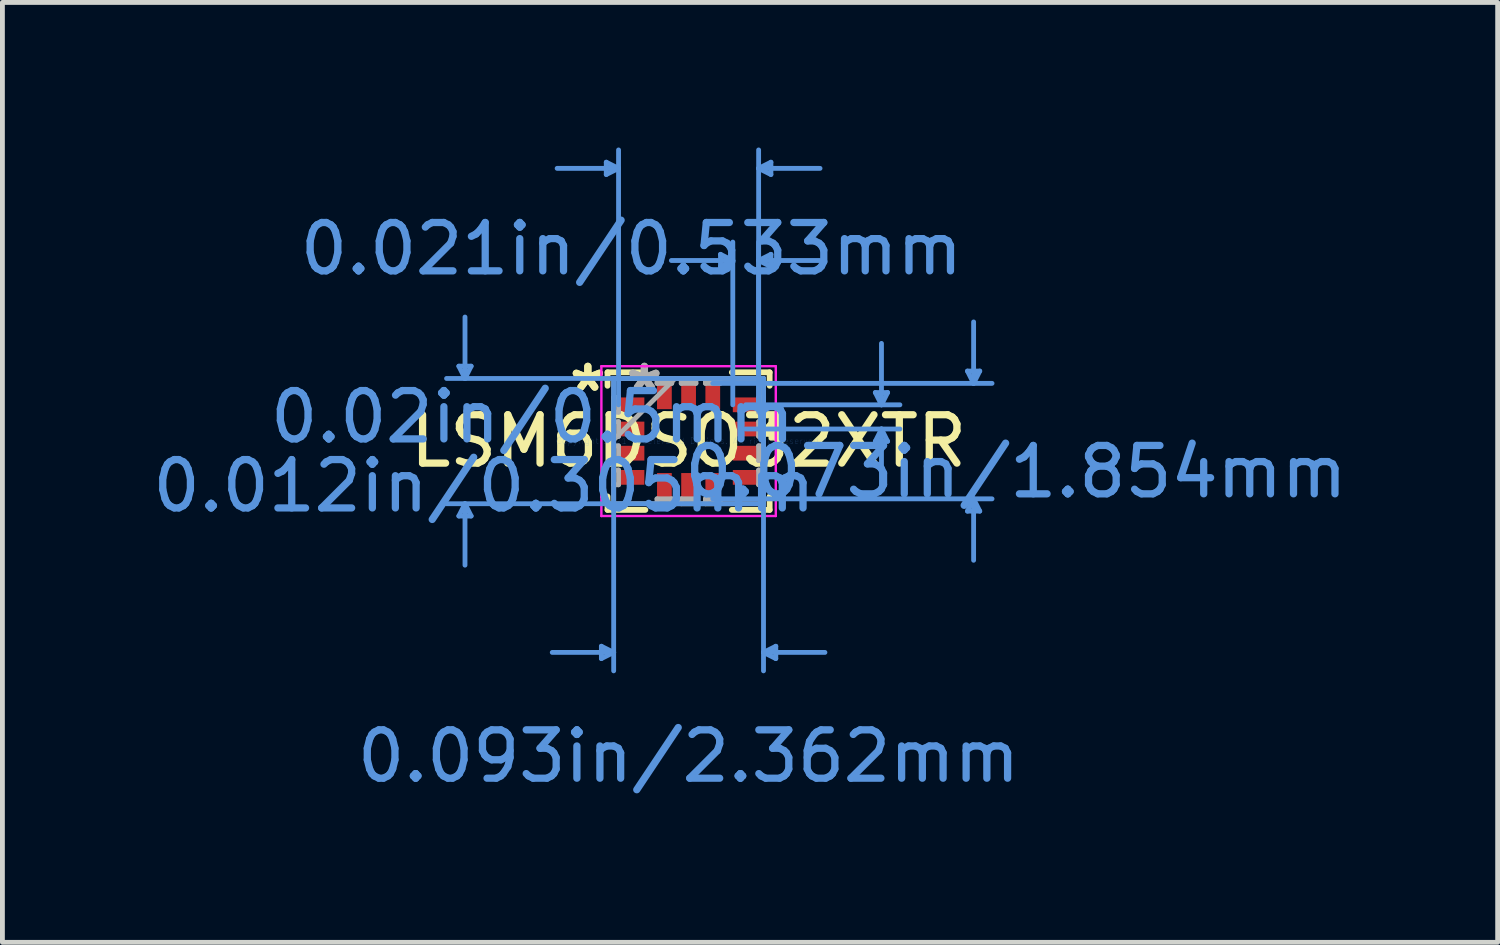
<source format=kicad_pcb>
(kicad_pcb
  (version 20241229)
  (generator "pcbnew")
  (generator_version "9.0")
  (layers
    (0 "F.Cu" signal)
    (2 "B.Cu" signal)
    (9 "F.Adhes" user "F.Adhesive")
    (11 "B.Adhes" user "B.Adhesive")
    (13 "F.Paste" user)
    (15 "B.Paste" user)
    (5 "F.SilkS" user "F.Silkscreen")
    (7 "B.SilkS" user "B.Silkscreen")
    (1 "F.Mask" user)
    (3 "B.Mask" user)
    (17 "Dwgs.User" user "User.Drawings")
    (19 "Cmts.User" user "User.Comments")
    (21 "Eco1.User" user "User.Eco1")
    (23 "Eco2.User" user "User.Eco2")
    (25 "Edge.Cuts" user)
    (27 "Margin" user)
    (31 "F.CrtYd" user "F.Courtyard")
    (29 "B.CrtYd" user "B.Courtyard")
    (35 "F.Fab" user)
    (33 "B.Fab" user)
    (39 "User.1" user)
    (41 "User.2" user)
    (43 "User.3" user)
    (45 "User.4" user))
  (footprint "LSM6DSO32XTR"
    (layer "F.Cu")
    (at 11.187 6.07)
    (property "Reference" "LSM6DSO32XTR" (at 0 0 0) (layer "F.SilkS") (effects (font (size 1 1) (thickness 0.15))))
    (attr through_hole)
    (fp_line (start -1.676 -1.422) (end -1.676 -1.144) (stroke (width 0.12) (type solid)) (layer "F.SilkS"))
    (fp_line (start -1.676 1.144) (end -1.676 1.422) (stroke (width 0.12) (type solid)) (layer "F.SilkS"))
    (fp_line (start -1.676 1.422) (end -0.894 1.422) (stroke (width 0.12) (type solid)) (layer "F.SilkS"))
    (fp_line (start -0.894 -1.422) (end -1.676 -1.422) (stroke (width 0.12) (type solid)) (layer "F.SilkS"))
    (fp_line (start 0.894 1.422) (end 1.676 1.422) (stroke (width 0.12) (type solid)) (layer "F.SilkS"))
    (fp_line (start 1.676 -1.422) (end 0.894 -1.422) (stroke (width 0.12) (type solid)) (layer "F.SilkS"))
    (fp_line (start 1.676 -1.144) (end 1.676 -1.422) (stroke (width 0.12) (type solid)) (layer "F.SilkS"))
    (fp_line (start 1.676 1.422) (end 1.676 1.144) (stroke (width 0.12) (type solid)) (layer "F.SilkS"))
    (fp_poly (pts (xy 1.956 -0.441) (xy 1.956 -0.06) (xy 1.702 -0.06) (xy 1.702 -0.441)) (stroke (width 0.1) (type solid)) (fill yes) (layer "F.SilkS"))
    (fp_line (start -4.75 -1.549) (end -4.496 -1.549) (stroke (width 0.1) (type solid)) (layer "Cmts.User"))
    (fp_line (start -4.75 1.549) (end -4.496 1.549) (stroke (width 0.1) (type solid)) (layer "Cmts.User"))
    (fp_line (start -4.623 -1.295) (end -4.75 -1.549) (stroke (width 0.1) (type solid)) (layer "Cmts.User"))
    (fp_line (start -4.623 -1.295) (end -4.623 -2.565) (stroke (width 0.1) (type solid)) (layer "Cmts.User"))
    (fp_line (start -4.623 -1.295) (end -4.496 -1.549) (stroke (width 0.1) (type solid)) (layer "Cmts.User"))
    (fp_line (start -4.623 1.295) (end -4.75 1.549) (stroke (width 0.1) (type solid)) (layer "Cmts.User"))
    (fp_line (start -4.623 1.295) (end -4.623 2.565) (stroke (width 0.1) (type solid)) (layer "Cmts.User"))
    (fp_line (start -4.623 1.295) (end -4.496 1.549) (stroke (width 0.1) (type solid)) (layer "Cmts.User"))
    (fp_line (start -1.803 4.242) (end -1.803 4.496) (stroke (width 0.1) (type solid)) (layer "Cmts.User"))
    (fp_line (start -1.702 -5.766) (end -1.702 -5.512) (stroke (width 0.1) (type solid)) (layer "Cmts.User"))
    (fp_line (start -1.549 -1.295) (end -1.549 4.75) (stroke (width 0.1) (type solid)) (layer "Cmts.User"))
    (fp_line (start -1.549 4.369) (end -2.819 4.369) (stroke (width 0.1) (type solid)) (layer "Cmts.User"))
    (fp_line (start -1.549 4.369) (end -1.803 4.242) (stroke (width 0.1) (type solid)) (layer "Cmts.User"))
    (fp_line (start -1.549 4.369) (end -1.803 4.496) (stroke (width 0.1) (type solid)) (layer "Cmts.User"))
    (fp_line (start -1.448 -5.639) (end -2.718 -5.639) (stroke (width 0.1) (type solid)) (layer "Cmts.User"))
    (fp_line (start -1.448 -5.639) (end -1.702 -5.766) (stroke (width 0.1) (type solid)) (layer "Cmts.User"))
    (fp_line (start -1.448 -5.639) (end -1.702 -5.512) (stroke (width 0.1) (type solid)) (layer "Cmts.User"))
    (fp_line (start -1.448 -0.75) (end -1.448 -6.02) (stroke (width 0.1) (type solid)) (layer "Cmts.User"))
    (fp_line (start 0.5 -1.194) (end 6.274 -1.194) (stroke (width 0.1) (type solid)) (layer "Cmts.User"))
    (fp_line (start 0.5 1.194) (end 6.274 1.194) (stroke (width 0.1) (type solid)) (layer "Cmts.User"))
    (fp_line (start 0.66 -3.861) (end 0.66 -3.607) (stroke (width 0.1) (type solid)) (layer "Cmts.User"))
    (fp_line (start 0.914 -3.734) (end -0.356 -3.734) (stroke (width 0.1) (type solid)) (layer "Cmts.User"))
    (fp_line (start 0.914 -3.734) (end 0.66 -3.861) (stroke (width 0.1) (type solid)) (layer "Cmts.User"))
    (fp_line (start 0.914 -3.734) (end 0.66 -3.607) (stroke (width 0.1) (type solid)) (layer "Cmts.User"))
    (fp_line (start 0.914 -0.75) (end 0.914 -4.115) (stroke (width 0.1) (type solid)) (layer "Cmts.User"))
    (fp_line (start 1.181 -0.75) (end 4.369 -0.75) (stroke (width 0.1) (type solid)) (layer "Cmts.User"))
    (fp_line (start 1.181 -0.25) (end 4.369 -0.25) (stroke (width 0.1) (type solid)) (layer "Cmts.User"))
    (fp_line (start 1.448 -5.639) (end 1.702 -5.766) (stroke (width 0.1) (type solid)) (layer "Cmts.User"))
    (fp_line (start 1.448 -5.639) (end 1.702 -5.512) (stroke (width 0.1) (type solid)) (layer "Cmts.User"))
    (fp_line (start 1.448 -5.639) (end 2.718 -5.639) (stroke (width 0.1) (type solid)) (layer "Cmts.User"))
    (fp_line (start 1.448 -3.734) (end 1.702 -3.861) (stroke (width 0.1) (type solid)) (layer "Cmts.User"))
    (fp_line (start 1.448 -3.734) (end 1.702 -3.607) (stroke (width 0.1) (type solid)) (layer "Cmts.User"))
    (fp_line (start 1.448 -3.734) (end 2.718 -3.734) (stroke (width 0.1) (type solid)) (layer "Cmts.User"))
    (fp_line (start 1.448 -0.75) (end 1.448 -6.02) (stroke (width 0.1) (type solid)) (layer "Cmts.User"))
    (fp_line (start 1.448 -0.75) (end 1.448 -4.115) (stroke (width 0.1) (type solid)) (layer "Cmts.User"))
    (fp_line (start 1.549 -1.295) (end -5.004 -1.295) (stroke (width 0.1) (type solid)) (layer "Cmts.User"))
    (fp_line (start 1.549 -1.295) (end 1.549 4.75) (stroke (width 0.1) (type solid)) (layer "Cmts.User"))
    (fp_line (start 1.549 1.295) (end -5.004 1.295) (stroke (width 0.1) (type solid)) (layer "Cmts.User"))
    (fp_line (start 1.549 4.369) (end 1.803 4.242) (stroke (width 0.1) (type solid)) (layer "Cmts.User"))
    (fp_line (start 1.549 4.369) (end 1.803 4.496) (stroke (width 0.1) (type solid)) (layer "Cmts.User"))
    (fp_line (start 1.549 4.369) (end 2.819 4.369) (stroke (width 0.1) (type solid)) (layer "Cmts.User"))
    (fp_line (start 1.702 -5.766) (end 1.702 -5.512) (stroke (width 0.1) (type solid)) (layer "Cmts.User"))
    (fp_line (start 1.702 -3.861) (end 1.702 -3.607) (stroke (width 0.1) (type solid)) (layer "Cmts.User"))
    (fp_line (start 1.803 4.242) (end 1.803 4.496) (stroke (width 0.1) (type solid)) (layer "Cmts.User"))
    (fp_line (start 3.861 -1.004) (end 4.115 -1.004) (stroke (width 0.1) (type solid)) (layer "Cmts.User"))
    (fp_line (start 3.861 0.004) (end 4.115 0.004) (stroke (width 0.1) (type solid)) (layer "Cmts.User"))
    (fp_line (start 3.988 -0.75) (end 3.861 -1.004) (stroke (width 0.1) (type solid)) (layer "Cmts.User"))
    (fp_line (start 3.988 -0.75) (end 3.988 -2.02) (stroke (width 0.1) (type solid)) (layer "Cmts.User"))
    (fp_line (start 3.988 -0.75) (end 4.115 -1.004) (stroke (width 0.1) (type solid)) (layer "Cmts.User"))
    (fp_line (start 3.988 -0.25) (end 3.861 0.004) (stroke (width 0.1) (type solid)) (layer "Cmts.User"))
    (fp_line (start 3.988 -0.25) (end 3.988 1.02) (stroke (width 0.1) (type solid)) (layer "Cmts.User"))
    (fp_line (start 3.988 -0.25) (end 4.115 0.004) (stroke (width 0.1) (type solid)) (layer "Cmts.User"))
    (fp_line (start 5.766 -1.448) (end 6.02 -1.448) (stroke (width 0.1) (type solid)) (layer "Cmts.User"))
    (fp_line (start 5.766 1.448) (end 6.02 1.448) (stroke (width 0.1) (type solid)) (layer "Cmts.User"))
    (fp_line (start 5.893 -1.194) (end 5.766 -1.448) (stroke (width 0.1) (type solid)) (layer "Cmts.User"))
    (fp_line (start 5.893 -1.194) (end 5.893 -2.464) (stroke (width 0.1) (type solid)) (layer "Cmts.User"))
    (fp_line (start 5.893 -1.194) (end 6.02 -1.448) (stroke (width 0.1) (type solid)) (layer "Cmts.User"))
    (fp_line (start 5.893 1.194) (end 5.766 1.448) (stroke (width 0.1) (type solid)) (layer "Cmts.User"))
    (fp_line (start 5.893 1.194) (end 5.893 2.464) (stroke (width 0.1) (type solid)) (layer "Cmts.User"))
    (fp_line (start 5.893 1.194) (end 6.02 1.448) (stroke (width 0.1) (type solid)) (layer "Cmts.User"))
    (fp_line (start -1.803 -1.549) (end 1.803 -1.549) (stroke (width 0.05) (type solid)) (layer "F.CrtYd"))
    (fp_line (start -1.803 1.157) (end -1.803 1.157) (stroke (width 0.05) (type solid)) (layer "F.CrtYd"))
    (fp_line (start -1.803 1.157) (end -1.803 1.157) (stroke (width 0.05) (type solid)) (layer "F.CrtYd"))
    (fp_line (start -1.803 1.549) (end -1.803 -1.549) (stroke (width 0.05) (type solid)) (layer "F.CrtYd"))
    (fp_line (start -0.907 -1.549) (end -0.907 -1.549) (stroke (width 0.05) (type solid)) (layer "F.CrtYd"))
    (fp_line (start -0.907 -1.549) (end -0.907 -1.549) (stroke (width 0.05) (type solid)) (layer "F.CrtYd"))
    (fp_line (start 1.803 -1.549) (end 1.803 1.549) (stroke (width 0.05) (type solid)) (layer "F.CrtYd"))
    (fp_line (start 1.803 1.549) (end -1.803 1.549) (stroke (width 0.05) (type solid)) (layer "F.CrtYd"))
    (fp_line (start -1.549 -1.295) (end -1.549 -1.295) (stroke (width 0.1) (type solid)) (layer "F.Fab"))
    (fp_line (start -1.549 -1.295) (end -1.549 1.295) (stroke (width 0.1) (type solid)) (layer "F.Fab"))
    (fp_line (start -1.549 -0.903) (end -1.448 -0.903) (stroke (width 0.1) (type solid)) (layer "F.Fab"))
    (fp_line (start -1.549 -0.598) (end -1.549 -0.903) (stroke (width 0.1) (type solid)) (layer "F.Fab"))
    (fp_line (start -1.549 -0.402) (end -1.448 -0.402) (stroke (width 0.1) (type solid)) (layer "F.Fab"))
    (fp_line (start -1.549 -0.098) (end -1.549 -0.402) (stroke (width 0.1) (type solid)) (layer "F.Fab"))
    (fp_line (start -1.549 -0.025) (end -0.279 -1.295) (stroke (width 0.1) (type solid)) (layer "F.Fab"))
    (fp_line (start -1.549 0.098) (end -1.448 0.098) (stroke (width 0.1) (type solid)) (layer "F.Fab"))
    (fp_line (start -1.549 0.402) (end -1.549 0.098) (stroke (width 0.1) (type solid)) (layer "F.Fab"))
    (fp_line (start -1.549 0.598) (end -1.448 0.598) (stroke (width 0.1) (type solid)) (layer "F.Fab"))
    (fp_line (start -1.549 0.903) (end -1.549 0.598) (stroke (width 0.1) (type solid)) (layer "F.Fab"))
    (fp_line (start -1.549 1.295) (end -1.549 1.295) (stroke (width 0.1) (type solid)) (layer "F.Fab"))
    (fp_line (start -1.549 1.295) (end 1.549 1.295) (stroke (width 0.1) (type solid)) (layer "F.Fab"))
    (fp_line (start -1.448 -0.903) (end -1.448 -0.598) (stroke (width 0.1) (type solid)) (layer "F.Fab"))
    (fp_line (start -1.448 -0.598) (end -1.549 -0.598) (stroke (width 0.1) (type solid)) (layer "F.Fab"))
    (fp_line (start -1.448 -0.402) (end -1.448 -0.098) (stroke (width 0.1) (type solid)) (layer "F.Fab"))
    (fp_line (start -1.448 -0.098) (end -1.549 -0.098) (stroke (width 0.1) (type solid)) (layer "F.Fab"))
    (fp_line (start -1.448 0.098) (end -1.448 0.402) (stroke (width 0.1) (type solid)) (layer "F.Fab"))
    (fp_line (start -1.448 0.402) (end -1.549 0.402) (stroke (width 0.1) (type solid)) (layer "F.Fab"))
    (fp_line (start -1.448 0.598) (end -1.448 0.903) (stroke (width 0.1) (type solid)) (layer "F.Fab"))
    (fp_line (start -1.448 0.903) (end -1.549 0.903) (stroke (width 0.1) (type solid)) (layer "F.Fab"))
    (fp_line (start -0.653 -1.295) (end -0.348 -1.295) (stroke (width 0.1) (type solid)) (layer "F.Fab"))
    (fp_line (start -0.653 -1.194) (end -0.653 -1.295) (stroke (width 0.1) (type solid)) (layer "F.Fab"))
    (fp_line (start -0.653 1.194) (end -0.348 1.194) (stroke (width 0.1) (type solid)) (layer "F.Fab"))
    (fp_line (start -0.653 1.295) (end -0.653 1.194) (stroke (width 0.1) (type solid)) (layer "F.Fab"))
    (fp_line (start -0.348 -1.295) (end -0.348 -1.194) (stroke (width 0.1) (type solid)) (layer "F.Fab"))
    (fp_line (start -0.348 -1.194) (end -0.653 -1.194) (stroke (width 0.1) (type solid)) (layer "F.Fab"))
    (fp_line (start -0.348 1.194) (end -0.348 1.295) (stroke (width 0.1) (type solid)) (layer "F.Fab"))
    (fp_line (start -0.348 1.295) (end -0.653 1.295) (stroke (width 0.1) (type solid)) (layer "F.Fab"))
    (fp_line (start -0.152 -1.295) (end 0.152 -1.295) (stroke (width 0.1) (type solid)) (layer "F.Fab"))
    (fp_line (start -0.152 -1.194) (end -0.152 -1.295) (stroke (width 0.1) (type solid)) (layer "F.Fab"))
    (fp_line (start -0.152 1.194) (end 0.152 1.194) (stroke (width 0.1) (type solid)) (layer "F.Fab"))
    (fp_line (start -0.152 1.295) (end -0.152 1.194) (stroke (width 0.1) (type solid)) (layer "F.Fab"))
    (fp_line (start 0.152 -1.295) (end 0.152 -1.194) (stroke (width 0.1) (type solid)) (layer "F.Fab"))
    (fp_line (start 0.152 -1.194) (end -0.152 -1.194) (stroke (width 0.1) (type solid)) (layer "F.Fab"))
    (fp_line (start 0.152 1.194) (end 0.152 1.295) (stroke (width 0.1) (type solid)) (layer "F.Fab"))
    (fp_line (start 0.152 1.295) (end -0.152 1.295) (stroke (width 0.1) (type solid)) (layer "F.Fab"))
    (fp_line (start 0.348 -1.295) (end 0.653 -1.295) (stroke (width 0.1) (type solid)) (layer "F.Fab"))
    (fp_line (start 0.348 -1.194) (end 0.348 -1.295) (stroke (width 0.1) (type solid)) (layer "F.Fab"))
    (fp_line (start 0.348 1.194) (end 0.653 1.194) (stroke (width 0.1) (type solid)) (layer "F.Fab"))
    (fp_line (start 0.348 1.295) (end 0.348 1.194) (stroke (width 0.1) (type solid)) (layer "F.Fab"))
    (fp_line (start 0.653 -1.295) (end 0.653 -1.194) (stroke (width 0.1) (type solid)) (layer "F.Fab"))
    (fp_line (start 0.653 -1.194) (end 0.348 -1.194) (stroke (width 0.1) (type solid)) (layer "F.Fab"))
    (fp_line (start 0.653 1.194) (end 0.653 1.295) (stroke (width 0.1) (type solid)) (layer "F.Fab"))
    (fp_line (start 0.653 1.295) (end 0.348 1.295) (stroke (width 0.1) (type solid)) (layer "F.Fab"))
    (fp_line (start 1.448 -0.903) (end 1.549 -0.903) (stroke (width 0.1) (type solid)) (layer "F.Fab"))
    (fp_line (start 1.448 -0.598) (end 1.448 -0.903) (stroke (width 0.1) (type solid)) (layer "F.Fab"))
    (fp_line (start 1.448 -0.402) (end 1.549 -0.402) (stroke (width 0.1) (type solid)) (layer "F.Fab"))
    (fp_line (start 1.448 -0.098) (end 1.448 -0.402) (stroke (width 0.1) (type solid)) (layer "F.Fab"))
    (fp_line (start 1.448 0.098) (end 1.549 0.098) (stroke (width 0.1) (type solid)) (layer "F.Fab"))
    (fp_line (start 1.448 0.402) (end 1.448 0.098) (stroke (width 0.1) (type solid)) (layer "F.Fab"))
    (fp_line (start 1.448 0.598) (end 1.549 0.598) (stroke (width 0.1) (type solid)) (layer "F.Fab"))
    (fp_line (start 1.448 0.903) (end 1.448 0.598) (stroke (width 0.1) (type solid)) (layer "F.Fab"))
    (fp_line (start 1.549 -1.295) (end -1.549 -1.295) (stroke (width 0.1) (type solid)) (layer "F.Fab"))
    (fp_line (start 1.549 -1.295) (end 1.549 -1.295) (stroke (width 0.1) (type solid)) (layer "F.Fab"))
    (fp_line (start 1.549 -0.903) (end 1.549 -0.598) (stroke (width 0.1) (type solid)) (layer "F.Fab"))
    (fp_line (start 1.549 -0.598) (end 1.448 -0.598) (stroke (width 0.1) (type solid)) (layer "F.Fab"))
    (fp_line (start 1.549 -0.402) (end 1.549 -0.098) (stroke (width 0.1) (type solid)) (layer "F.Fab"))
    (fp_line (start 1.549 -0.098) (end 1.448 -0.098) (stroke (width 0.1) (type solid)) (layer "F.Fab"))
    (fp_line (start 1.549 0.098) (end 1.549 0.402) (stroke (width 0.1) (type solid)) (layer "F.Fab"))
    (fp_line (start 1.549 0.402) (end 1.448 0.402) (stroke (width 0.1) (type solid)) (layer "F.Fab"))
    (fp_line (start 1.549 0.598) (end 1.549 0.903) (stroke (width 0.1) (type solid)) (layer "F.Fab"))
    (fp_line (start 1.549 0.903) (end 1.448 0.903) (stroke (width 0.1) (type solid)) (layer "F.Fab"))
    (fp_line (start 1.549 1.295) (end 1.549 -1.295) (stroke (width 0.1) (type solid)) (layer "F.Fab"))
    (fp_line (start 1.549 1.295) (end 1.549 1.295) (stroke (width 0.1) (type solid)) (layer "F.Fab"))
    (fp_text user "*" (at -2.083 -1 0) (layer "F.SilkS") (effects (font (size 1 1) (thickness 0.15))))
    (fp_text user "*" (at -2.083 -1 0) (layer "F.SilkS") (effects (font (size 1 1) (thickness 0.15))))
    (fp_text user "0.021in/0.533mm" (at -1.181 -3.975 0) (layer "Cmts.User") (effects (font (size 1 1) (thickness 0.15))))
    (fp_text user "0.093in/2.362mm" (at 0 6.515 0) (layer "Cmts.User") (effects (font (size 1 1) (thickness 0.15))))
    (fp_text user "Copyright 2021 Accelerated Designs. All rights reserved." (at 0 0 0) (layer "Cmts.User") (effects (font (size 0.127 0.127) (thickness 0.002))))
    (fp_text user "0.02in/0.5mm" (at -3.226 -0.5 0) (layer "Cmts.User") (effects (font (size 1 1) (thickness 0.15))))
    (fp_text user "0.012in/0.305mm" (at -4.229 0.927 0) (layer "Cmts.User") (effects (font (size 1 1) (thickness 0.15))))
    (fp_text user "0.073in/1.854mm" (at 6.769 0.635 0) (layer "Cmts.User") (effects (font (size 1 1) (thickness 0.15))))
    (fp_text user "*" (at -0.914 -1 0) (layer "F.Fab") (effects (font (size 1 1) (thickness 0.15))))
    (fp_text user "*" (at -0.914 -1 0) (layer "F.Fab") (effects (font (size 1 1) (thickness 0.15))))
    (pad "1" smd rect (at -1.181 -0.75 90) (size 0.305 0.533) (layers "F.Cu" "F.Mask" "F.Paste"))
    (pad "2" smd rect (at -1.181 -0.25 90) (size 0.305 0.533) (layers "F.Cu" "F.Mask" "F.Paste"))
    (pad "3" smd rect (at -1.181 0.25 90) (size 0.305 0.533) (layers "F.Cu" "F.Mask" "F.Paste"))
    (pad "4" smd rect (at -1.181 0.75 90) (size 0.305 0.533) (layers "F.Cu" "F.Mask" "F.Paste"))
    (pad "5" smd rect (at -0.5 0.927) (size 0.305 0.533) (layers "F.Cu" "F.Mask" "F.Paste"))
    (pad "6" smd rect (at 0 0.927) (size 0.305 0.533) (layers "F.Cu" "F.Mask" "F.Paste"))
    (pad "7" smd rect (at 0.5 0.927) (size 0.305 0.533) (layers "F.Cu" "F.Mask" "F.Paste"))
    (pad "8" smd rect (at 1.181 0.75 90) (size 0.305 0.533) (layers "F.Cu" "F.Mask" "F.Paste"))
    (pad "9" smd rect (at 1.181 0.25 90) (size 0.305 0.533) (layers "F.Cu" "F.Mask" "F.Paste"))
    (pad "10" smd rect (at 1.181 -0.25 90) (size 0.305 0.533) (layers "F.Cu" "F.Mask" "F.Paste"))
    (pad "11" smd rect (at 1.181 -0.75 90) (size 0.305 0.533) (layers "F.Cu" "F.Mask" "F.Paste"))
    (pad "12" smd rect (at 0.5 -0.927) (size 0.305 0.533) (layers "F.Cu" "F.Mask" "F.Paste"))
    (pad "13" smd rect (at 0 -0.927) (size 0.305 0.533) (layers "F.Cu" "F.Mask" "F.Paste"))
    (pad "14" smd rect (at -0.5 -0.927) (size 0.305 0.533) (layers "F.Cu" "F.Mask" "F.Paste")))
  (gr_rect
    (start -3 -3)
    (end 27.915 16.433)
    (stroke (width 0.1) (type default))
    (fill no)
    (layer "Edge.Cuts")))
</source>
